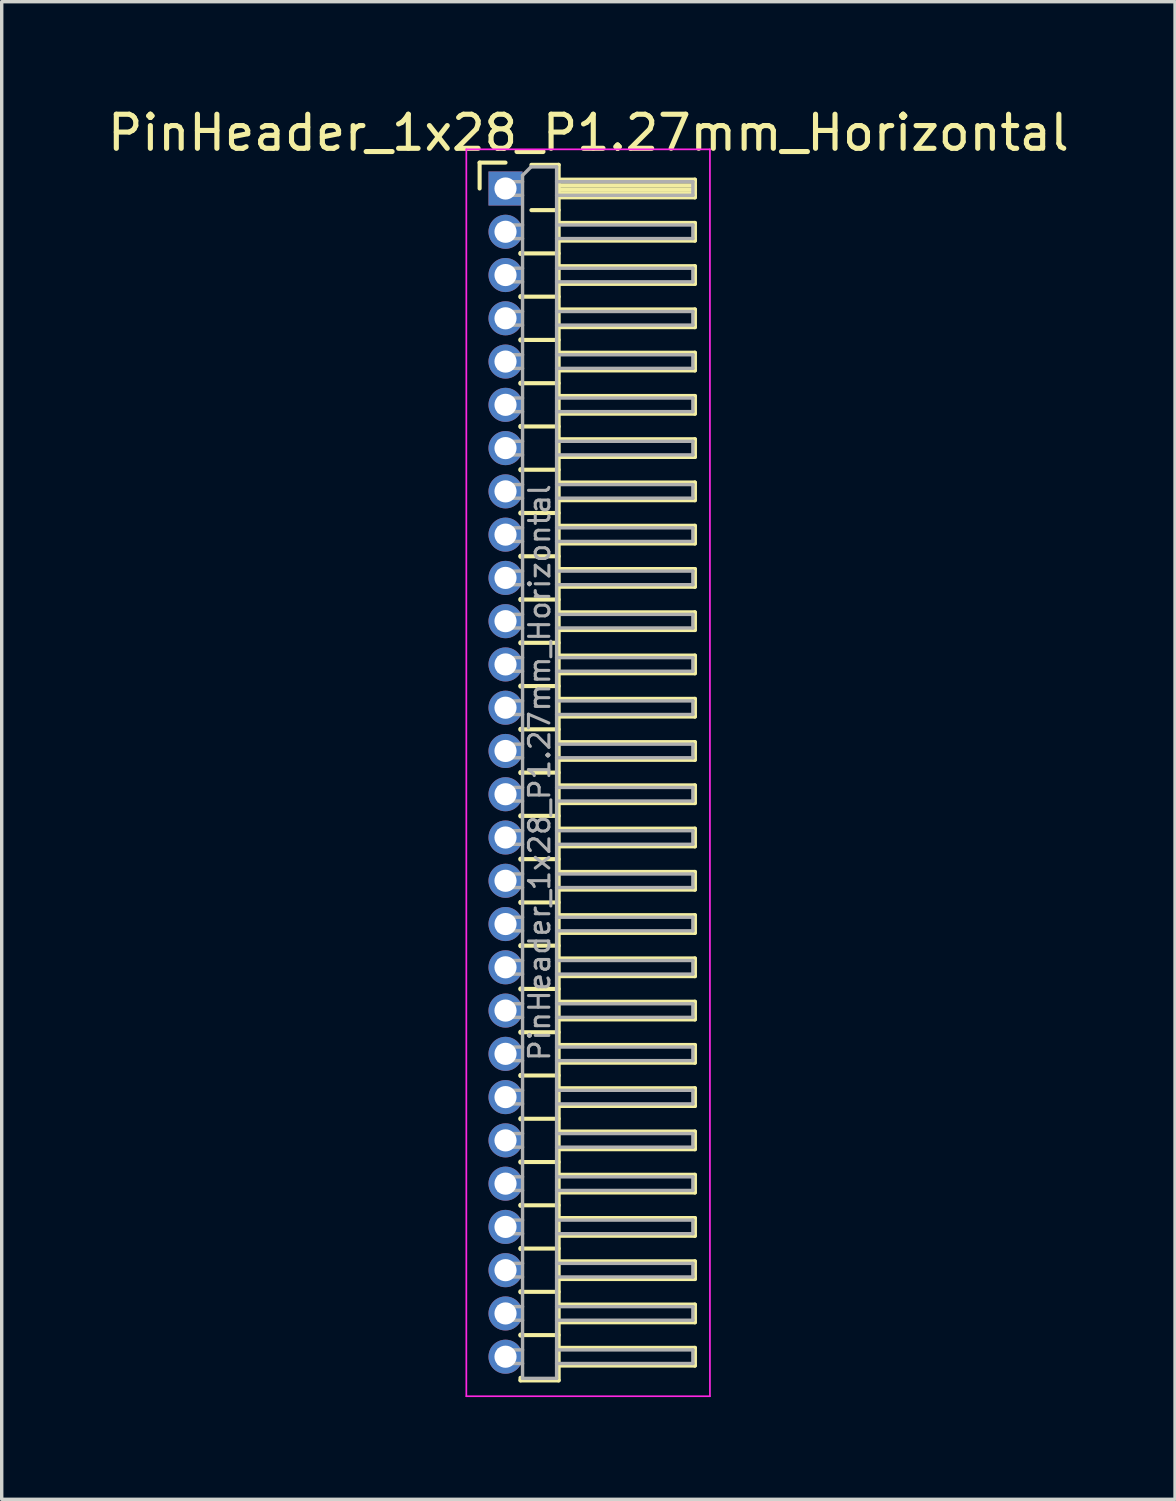
<source format=kicad_pcb>
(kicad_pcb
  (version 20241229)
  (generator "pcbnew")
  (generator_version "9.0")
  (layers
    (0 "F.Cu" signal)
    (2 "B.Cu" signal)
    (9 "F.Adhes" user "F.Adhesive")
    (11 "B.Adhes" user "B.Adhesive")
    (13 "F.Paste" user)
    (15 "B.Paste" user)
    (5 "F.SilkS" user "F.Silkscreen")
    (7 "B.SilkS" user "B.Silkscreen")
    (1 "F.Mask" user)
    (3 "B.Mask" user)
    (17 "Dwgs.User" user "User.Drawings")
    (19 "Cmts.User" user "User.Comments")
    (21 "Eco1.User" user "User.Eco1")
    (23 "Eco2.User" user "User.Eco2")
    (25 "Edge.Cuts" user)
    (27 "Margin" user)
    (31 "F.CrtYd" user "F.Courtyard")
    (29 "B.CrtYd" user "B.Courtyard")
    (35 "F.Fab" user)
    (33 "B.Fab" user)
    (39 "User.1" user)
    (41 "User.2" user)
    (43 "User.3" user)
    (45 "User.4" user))
  (footprint "PinHeader_1x28_P1.27mm_Horizontal"
    (layer "F.Cu")
    (at 11.788 2.483)
    (property "Reference" "PinHeader_1x28_P1.27mm_Horizontal" (at 2.433 -1.635 0) (layer "F.SilkS") (effects (font (size 1 1) (thickness 0.15))))
    (attr through_hole)
    (fp_line (start -0.76 -0.76) (end 0 -0.76) (stroke (width 0.12) (type solid)) (layer "F.SilkS"))
    (fp_line (start -0.76 0) (end -0.76 -0.76) (stroke (width 0.12) (type solid)) (layer "F.SilkS"))
    (fp_line (start 0.44 1.89) (end 0.44 1.92) (stroke (width 0.12) (type solid)) (layer "F.SilkS"))
    (fp_line (start 0.44 1.905) (end 1.56 1.905) (stroke (width 0.12) (type solid)) (layer "F.SilkS"))
    (fp_line (start 0.44 3.16) (end 0.44 3.19) (stroke (width 0.12) (type solid)) (layer "F.SilkS"))
    (fp_line (start 0.44 3.175) (end 1.56 3.175) (stroke (width 0.12) (type solid)) (layer "F.SilkS"))
    (fp_line (start 0.44 4.43) (end 0.44 4.46) (stroke (width 0.12) (type solid)) (layer "F.SilkS"))
    (fp_line (start 0.44 4.445) (end 1.56 4.445) (stroke (width 0.12) (type solid)) (layer "F.SilkS"))
    (fp_line (start 0.44 5.7) (end 0.44 5.73) (stroke (width 0.12) (type solid)) (layer "F.SilkS"))
    (fp_line (start 0.44 5.715) (end 1.56 5.715) (stroke (width 0.12) (type solid)) (layer "F.SilkS"))
    (fp_line (start 0.44 6.97) (end 0.44 7) (stroke (width 0.12) (type solid)) (layer "F.SilkS"))
    (fp_line (start 0.44 6.985) (end 1.56 6.985) (stroke (width 0.12) (type solid)) (layer "F.SilkS"))
    (fp_line (start 0.44 8.24) (end 0.44 8.27) (stroke (width 0.12) (type solid)) (layer "F.SilkS"))
    (fp_line (start 0.44 8.255) (end 1.56 8.255) (stroke (width 0.12) (type solid)) (layer "F.SilkS"))
    (fp_line (start 0.44 9.51) (end 0.44 9.54) (stroke (width 0.12) (type solid)) (layer "F.SilkS"))
    (fp_line (start 0.44 9.525) (end 1.56 9.525) (stroke (width 0.12) (type solid)) (layer "F.SilkS"))
    (fp_line (start 0.44 10.78) (end 0.44 10.81) (stroke (width 0.12) (type solid)) (layer "F.SilkS"))
    (fp_line (start 0.44 10.795) (end 1.56 10.795) (stroke (width 0.12) (type solid)) (layer "F.SilkS"))
    (fp_line (start 0.44 12.05) (end 0.44 12.08) (stroke (width 0.12) (type solid)) (layer "F.SilkS"))
    (fp_line (start 0.44 12.065) (end 1.56 12.065) (stroke (width 0.12) (type solid)) (layer "F.SilkS"))
    (fp_line (start 0.44 13.32) (end 0.44 13.35) (stroke (width 0.12) (type solid)) (layer "F.SilkS"))
    (fp_line (start 0.44 13.335) (end 1.56 13.335) (stroke (width 0.12) (type solid)) (layer "F.SilkS"))
    (fp_line (start 0.44 14.59) (end 0.44 14.62) (stroke (width 0.12) (type solid)) (layer "F.SilkS"))
    (fp_line (start 0.44 14.605) (end 1.56 14.605) (stroke (width 0.12) (type solid)) (layer "F.SilkS"))
    (fp_line (start 0.44 15.86) (end 0.44 15.89) (stroke (width 0.12) (type solid)) (layer "F.SilkS"))
    (fp_line (start 0.44 15.875) (end 1.56 15.875) (stroke (width 0.12) (type solid)) (layer "F.SilkS"))
    (fp_line (start 0.44 17.13) (end 0.44 17.16) (stroke (width 0.12) (type solid)) (layer "F.SilkS"))
    (fp_line (start 0.44 17.145) (end 1.56 17.145) (stroke (width 0.12) (type solid)) (layer "F.SilkS"))
    (fp_line (start 0.44 18.4) (end 0.44 18.43) (stroke (width 0.12) (type solid)) (layer "F.SilkS"))
    (fp_line (start 0.44 18.415) (end 1.56 18.415) (stroke (width 0.12) (type solid)) (layer "F.SilkS"))
    (fp_line (start 0.44 19.67) (end 0.44 19.7) (stroke (width 0.12) (type solid)) (layer "F.SilkS"))
    (fp_line (start 0.44 19.685) (end 1.56 19.685) (stroke (width 0.12) (type solid)) (layer "F.SilkS"))
    (fp_line (start 0.44 20.94) (end 0.44 20.97) (stroke (width 0.12) (type solid)) (layer "F.SilkS"))
    (fp_line (start 0.44 20.955) (end 1.56 20.955) (stroke (width 0.12) (type solid)) (layer "F.SilkS"))
    (fp_line (start 0.44 22.21) (end 0.44 22.24) (stroke (width 0.12) (type solid)) (layer "F.SilkS"))
    (fp_line (start 0.44 22.225) (end 1.56 22.225) (stroke (width 0.12) (type solid)) (layer "F.SilkS"))
    (fp_line (start 0.44 23.48) (end 0.44 23.51) (stroke (width 0.12) (type solid)) (layer "F.SilkS"))
    (fp_line (start 0.44 23.495) (end 1.56 23.495) (stroke (width 0.12) (type solid)) (layer "F.SilkS"))
    (fp_line (start 0.44 24.75) (end 0.44 24.78) (stroke (width 0.12) (type solid)) (layer "F.SilkS"))
    (fp_line (start 0.44 24.765) (end 1.56 24.765) (stroke (width 0.12) (type solid)) (layer "F.SilkS"))
    (fp_line (start 0.44 26.02) (end 0.44 26.05) (stroke (width 0.12) (type solid)) (layer "F.SilkS"))
    (fp_line (start 0.44 26.035) (end 1.56 26.035) (stroke (width 0.12) (type solid)) (layer "F.SilkS"))
    (fp_line (start 0.44 27.29) (end 0.44 27.32) (stroke (width 0.12) (type solid)) (layer "F.SilkS"))
    (fp_line (start 0.44 27.305) (end 1.56 27.305) (stroke (width 0.12) (type solid)) (layer "F.SilkS"))
    (fp_line (start 0.44 28.56) (end 0.44 28.59) (stroke (width 0.12) (type solid)) (layer "F.SilkS"))
    (fp_line (start 0.44 28.575) (end 1.56 28.575) (stroke (width 0.12) (type solid)) (layer "F.SilkS"))
    (fp_line (start 0.44 29.83) (end 0.44 29.86) (stroke (width 0.12) (type solid)) (layer "F.SilkS"))
    (fp_line (start 0.44 29.845) (end 1.56 29.845) (stroke (width 0.12) (type solid)) (layer "F.SilkS"))
    (fp_line (start 0.44 31.1) (end 0.44 31.13) (stroke (width 0.12) (type solid)) (layer "F.SilkS"))
    (fp_line (start 0.44 31.115) (end 1.56 31.115) (stroke (width 0.12) (type solid)) (layer "F.SilkS"))
    (fp_line (start 0.44 32.37) (end 0.44 32.4) (stroke (width 0.12) (type solid)) (layer "F.SilkS"))
    (fp_line (start 0.44 32.385) (end 1.56 32.385) (stroke (width 0.12) (type solid)) (layer "F.SilkS"))
    (fp_line (start 0.44 33.64) (end 0.44 33.67) (stroke (width 0.12) (type solid)) (layer "F.SilkS"))
    (fp_line (start 0.44 33.655) (end 1.56 33.655) (stroke (width 0.12) (type solid)) (layer "F.SilkS"))
    (fp_line (start 0.44 34.985) (end 0.44 34.91) (stroke (width 0.12) (type solid)) (layer "F.SilkS"))
    (fp_line (start 0.76 -0.695) (end 1.56 -0.695) (stroke (width 0.12) (type solid)) (layer "F.SilkS"))
    (fp_line (start 0.76 0.635) (end 1.56 0.635) (stroke (width 0.12) (type solid)) (layer "F.SilkS"))
    (fp_line (start 1.56 -0.695) (end 1.56 34.985) (stroke (width 0.12) (type solid)) (layer "F.SilkS"))
    (fp_line (start 1.56 -0.26) (end 5.56 -0.26) (stroke (width 0.12) (type solid)) (layer "F.SilkS"))
    (fp_line (start 1.56 -0.2) (end 5.56 -0.2) (stroke (width 0.12) (type solid)) (layer "F.SilkS"))
    (fp_line (start 1.56 -0.08) (end 5.56 -0.08) (stroke (width 0.12) (type solid)) (layer "F.SilkS"))
    (fp_line (start 1.56 0.04) (end 5.56 0.04) (stroke (width 0.12) (type solid)) (layer "F.SilkS"))
    (fp_line (start 1.56 0.16) (end 5.56 0.16) (stroke (width 0.12) (type solid)) (layer "F.SilkS"))
    (fp_line (start 1.56 1.01) (end 5.56 1.01) (stroke (width 0.12) (type solid)) (layer "F.SilkS"))
    (fp_line (start 1.56 2.28) (end 5.56 2.28) (stroke (width 0.12) (type solid)) (layer "F.SilkS"))
    (fp_line (start 1.56 3.55) (end 5.56 3.55) (stroke (width 0.12) (type solid)) (layer "F.SilkS"))
    (fp_line (start 1.56 4.82) (end 5.56 4.82) (stroke (width 0.12) (type solid)) (layer "F.SilkS"))
    (fp_line (start 1.56 6.09) (end 5.56 6.09) (stroke (width 0.12) (type solid)) (layer "F.SilkS"))
    (fp_line (start 1.56 7.36) (end 5.56 7.36) (stroke (width 0.12) (type solid)) (layer "F.SilkS"))
    (fp_line (start 1.56 8.63) (end 5.56 8.63) (stroke (width 0.12) (type solid)) (layer "F.SilkS"))
    (fp_line (start 1.56 9.9) (end 5.56 9.9) (stroke (width 0.12) (type solid)) (layer "F.SilkS"))
    (fp_line (start 1.56 11.17) (end 5.56 11.17) (stroke (width 0.12) (type solid)) (layer "F.SilkS"))
    (fp_line (start 1.56 12.44) (end 5.56 12.44) (stroke (width 0.12) (type solid)) (layer "F.SilkS"))
    (fp_line (start 1.56 13.71) (end 5.56 13.71) (stroke (width 0.12) (type solid)) (layer "F.SilkS"))
    (fp_line (start 1.56 14.98) (end 5.56 14.98) (stroke (width 0.12) (type solid)) (layer "F.SilkS"))
    (fp_line (start 1.56 16.25) (end 5.56 16.25) (stroke (width 0.12) (type solid)) (layer "F.SilkS"))
    (fp_line (start 1.56 17.52) (end 5.56 17.52) (stroke (width 0.12) (type solid)) (layer "F.SilkS"))
    (fp_line (start 1.56 18.79) (end 5.56 18.79) (stroke (width 0.12) (type solid)) (layer "F.SilkS"))
    (fp_line (start 1.56 20.06) (end 5.56 20.06) (stroke (width 0.12) (type solid)) (layer "F.SilkS"))
    (fp_line (start 1.56 21.33) (end 5.56 21.33) (stroke (width 0.12) (type solid)) (layer "F.SilkS"))
    (fp_line (start 1.56 22.6) (end 5.56 22.6) (stroke (width 0.12) (type solid)) (layer "F.SilkS"))
    (fp_line (start 1.56 23.87) (end 5.56 23.87) (stroke (width 0.12) (type solid)) (layer "F.SilkS"))
    (fp_line (start 1.56 25.14) (end 5.56 25.14) (stroke (width 0.12) (type solid)) (layer "F.SilkS"))
    (fp_line (start 1.56 26.41) (end 5.56 26.41) (stroke (width 0.12) (type solid)) (layer "F.SilkS"))
    (fp_line (start 1.56 27.68) (end 5.56 27.68) (stroke (width 0.12) (type solid)) (layer "F.SilkS"))
    (fp_line (start 1.56 28.95) (end 5.56 28.95) (stroke (width 0.12) (type solid)) (layer "F.SilkS"))
    (fp_line (start 1.56 30.22) (end 5.56 30.22) (stroke (width 0.12) (type solid)) (layer "F.SilkS"))
    (fp_line (start 1.56 31.49) (end 5.56 31.49) (stroke (width 0.12) (type solid)) (layer "F.SilkS"))
    (fp_line (start 1.56 32.76) (end 5.56 32.76) (stroke (width 0.12) (type solid)) (layer "F.SilkS"))
    (fp_line (start 1.56 34.03) (end 5.56 34.03) (stroke (width 0.12) (type solid)) (layer "F.SilkS"))
    (fp_line (start 1.56 34.985) (end 0.44 34.985) (stroke (width 0.12) (type solid)) (layer "F.SilkS"))
    (fp_line (start 5.56 -0.26) (end 5.56 0.26) (stroke (width 0.12) (type solid)) (layer "F.SilkS"))
    (fp_line (start 5.56 0.26) (end 1.56 0.26) (stroke (width 0.12) (type solid)) (layer "F.SilkS"))
    (fp_line (start 5.56 1.01) (end 5.56 1.53) (stroke (width 0.12) (type solid)) (layer "F.SilkS"))
    (fp_line (start 5.56 1.53) (end 1.56 1.53) (stroke (width 0.12) (type solid)) (layer "F.SilkS"))
    (fp_line (start 5.56 2.28) (end 5.56 2.8) (stroke (width 0.12) (type solid)) (layer "F.SilkS"))
    (fp_line (start 5.56 2.8) (end 1.56 2.8) (stroke (width 0.12) (type solid)) (layer "F.SilkS"))
    (fp_line (start 5.56 3.55) (end 5.56 4.07) (stroke (width 0.12) (type solid)) (layer "F.SilkS"))
    (fp_line (start 5.56 4.07) (end 1.56 4.07) (stroke (width 0.12) (type solid)) (layer "F.SilkS"))
    (fp_line (start 5.56 4.82) (end 5.56 5.34) (stroke (width 0.12) (type solid)) (layer "F.SilkS"))
    (fp_line (start 5.56 5.34) (end 1.56 5.34) (stroke (width 0.12) (type solid)) (layer "F.SilkS"))
    (fp_line (start 5.56 6.09) (end 5.56 6.61) (stroke (width 0.12) (type solid)) (layer "F.SilkS"))
    (fp_line (start 5.56 6.61) (end 1.56 6.61) (stroke (width 0.12) (type solid)) (layer "F.SilkS"))
    (fp_line (start 5.56 7.36) (end 5.56 7.88) (stroke (width 0.12) (type solid)) (layer "F.SilkS"))
    (fp_line (start 5.56 7.88) (end 1.56 7.88) (stroke (width 0.12) (type solid)) (layer "F.SilkS"))
    (fp_line (start 5.56 8.63) (end 5.56 9.15) (stroke (width 0.12) (type solid)) (layer "F.SilkS"))
    (fp_line (start 5.56 9.15) (end 1.56 9.15) (stroke (width 0.12) (type solid)) (layer "F.SilkS"))
    (fp_line (start 5.56 9.9) (end 5.56 10.42) (stroke (width 0.12) (type solid)) (layer "F.SilkS"))
    (fp_line (start 5.56 10.42) (end 1.56 10.42) (stroke (width 0.12) (type solid)) (layer "F.SilkS"))
    (fp_line (start 5.56 11.17) (end 5.56 11.69) (stroke (width 0.12) (type solid)) (layer "F.SilkS"))
    (fp_line (start 5.56 11.69) (end 1.56 11.69) (stroke (width 0.12) (type solid)) (layer "F.SilkS"))
    (fp_line (start 5.56 12.44) (end 5.56 12.96) (stroke (width 0.12) (type solid)) (layer "F.SilkS"))
    (fp_line (start 5.56 12.96) (end 1.56 12.96) (stroke (width 0.12) (type solid)) (layer "F.SilkS"))
    (fp_line (start 5.56 13.71) (end 5.56 14.23) (stroke (width 0.12) (type solid)) (layer "F.SilkS"))
    (fp_line (start 5.56 14.23) (end 1.56 14.23) (stroke (width 0.12) (type solid)) (layer "F.SilkS"))
    (fp_line (start 5.56 14.98) (end 5.56 15.5) (stroke (width 0.12) (type solid)) (layer "F.SilkS"))
    (fp_line (start 5.56 15.5) (end 1.56 15.5) (stroke (width 0.12) (type solid)) (layer "F.SilkS"))
    (fp_line (start 5.56 16.25) (end 5.56 16.77) (stroke (width 0.12) (type solid)) (layer "F.SilkS"))
    (fp_line (start 5.56 16.77) (end 1.56 16.77) (stroke (width 0.12) (type solid)) (layer "F.SilkS"))
    (fp_line (start 5.56 17.52) (end 5.56 18.04) (stroke (width 0.12) (type solid)) (layer "F.SilkS"))
    (fp_line (start 5.56 18.04) (end 1.56 18.04) (stroke (width 0.12) (type solid)) (layer "F.SilkS"))
    (fp_line (start 5.56 18.79) (end 5.56 19.31) (stroke (width 0.12) (type solid)) (layer "F.SilkS"))
    (fp_line (start 5.56 19.31) (end 1.56 19.31) (stroke (width 0.12) (type solid)) (layer "F.SilkS"))
    (fp_line (start 5.56 20.06) (end 5.56 20.58) (stroke (width 0.12) (type solid)) (layer "F.SilkS"))
    (fp_line (start 5.56 20.58) (end 1.56 20.58) (stroke (width 0.12) (type solid)) (layer "F.SilkS"))
    (fp_line (start 5.56 21.33) (end 5.56 21.85) (stroke (width 0.12) (type solid)) (layer "F.SilkS"))
    (fp_line (start 5.56 21.85) (end 1.56 21.85) (stroke (width 0.12) (type solid)) (layer "F.SilkS"))
    (fp_line (start 5.56 22.6) (end 5.56 23.12) (stroke (width 0.12) (type solid)) (layer "F.SilkS"))
    (fp_line (start 5.56 23.12) (end 1.56 23.12) (stroke (width 0.12) (type solid)) (layer "F.SilkS"))
    (fp_line (start 5.56 23.87) (end 5.56 24.39) (stroke (width 0.12) (type solid)) (layer "F.SilkS"))
    (fp_line (start 5.56 24.39) (end 1.56 24.39) (stroke (width 0.12) (type solid)) (layer "F.SilkS"))
    (fp_line (start 5.56 25.14) (end 5.56 25.66) (stroke (width 0.12) (type solid)) (layer "F.SilkS"))
    (fp_line (start 5.56 25.66) (end 1.56 25.66) (stroke (width 0.12) (type solid)) (layer "F.SilkS"))
    (fp_line (start 5.56 26.41) (end 5.56 26.93) (stroke (width 0.12) (type solid)) (layer "F.SilkS"))
    (fp_line (start 5.56 26.93) (end 1.56 26.93) (stroke (width 0.12) (type solid)) (layer "F.SilkS"))
    (fp_line (start 5.56 27.68) (end 5.56 28.2) (stroke (width 0.12) (type solid)) (layer "F.SilkS"))
    (fp_line (start 5.56 28.2) (end 1.56 28.2) (stroke (width 0.12) (type solid)) (layer "F.SilkS"))
    (fp_line (start 5.56 28.95) (end 5.56 29.47) (stroke (width 0.12) (type solid)) (layer "F.SilkS"))
    (fp_line (start 5.56 29.47) (end 1.56 29.47) (stroke (width 0.12) (type solid)) (layer "F.SilkS"))
    (fp_line (start 5.56 30.22) (end 5.56 30.74) (stroke (width 0.12) (type solid)) (layer "F.SilkS"))
    (fp_line (start 5.56 30.74) (end 1.56 30.74) (stroke (width 0.12) (type solid)) (layer "F.SilkS"))
    (fp_line (start 5.56 31.49) (end 5.56 32.01) (stroke (width 0.12) (type solid)) (layer "F.SilkS"))
    (fp_line (start 5.56 32.01) (end 1.56 32.01) (stroke (width 0.12) (type solid)) (layer "F.SilkS"))
    (fp_line (start 5.56 32.76) (end 5.56 33.28) (stroke (width 0.12) (type solid)) (layer "F.SilkS"))
    (fp_line (start 5.56 33.28) (end 1.56 33.28) (stroke (width 0.12) (type solid)) (layer "F.SilkS"))
    (fp_line (start 5.56 34.03) (end 5.56 34.55) (stroke (width 0.12) (type solid)) (layer "F.SilkS"))
    (fp_line (start 5.56 34.55) (end 1.56 34.55) (stroke (width 0.12) (type solid)) (layer "F.SilkS"))
    (fp_line (start -1.15 -1.15) (end -1.15 35.45) (stroke (width 0.05) (type solid)) (layer "F.CrtYd"))
    (fp_line (start -1.15 35.45) (end 6 35.45) (stroke (width 0.05) (type solid)) (layer "F.CrtYd"))
    (fp_line (start 6 -1.15) (end -1.15 -1.15) (stroke (width 0.05) (type solid)) (layer "F.CrtYd"))
    (fp_line (start 6 35.45) (end 6 -1.15) (stroke (width 0.05) (type solid)) (layer "F.CrtYd"))
    (fp_line (start -0.2 -0.2) (end -0.2 0.2) (stroke (width 0.1) (type solid)) (layer "F.Fab"))
    (fp_line (start -0.2 -0.2) (end 0.5 -0.2) (stroke (width 0.1) (type solid)) (layer "F.Fab"))
    (fp_line (start -0.2 0.2) (end 0.5 0.2) (stroke (width 0.1) (type solid)) (layer "F.Fab"))
    (fp_line (start -0.2 1.07) (end -0.2 1.47) (stroke (width 0.1) (type solid)) (layer "F.Fab"))
    (fp_line (start -0.2 1.07) (end 0.5 1.07) (stroke (width 0.1) (type solid)) (layer "F.Fab"))
    (fp_line (start -0.2 1.47) (end 0.5 1.47) (stroke (width 0.1) (type solid)) (layer "F.Fab"))
    (fp_line (start -0.2 2.34) (end -0.2 2.74) (stroke (width 0.1) (type solid)) (layer "F.Fab"))
    (fp_line (start -0.2 2.34) (end 0.5 2.34) (stroke (width 0.1) (type solid)) (layer "F.Fab"))
    (fp_line (start -0.2 2.74) (end 0.5 2.74) (stroke (width 0.1) (type solid)) (layer "F.Fab"))
    (fp_line (start -0.2 3.61) (end -0.2 4.01) (stroke (width 0.1) (type solid)) (layer "F.Fab"))
    (fp_line (start -0.2 3.61) (end 0.5 3.61) (stroke (width 0.1) (type solid)) (layer "F.Fab"))
    (fp_line (start -0.2 4.01) (end 0.5 4.01) (stroke (width 0.1) (type solid)) (layer "F.Fab"))
    (fp_line (start -0.2 4.88) (end -0.2 5.28) (stroke (width 0.1) (type solid)) (layer "F.Fab"))
    (fp_line (start -0.2 4.88) (end 0.5 4.88) (stroke (width 0.1) (type solid)) (layer "F.Fab"))
    (fp_line (start -0.2 5.28) (end 0.5 5.28) (stroke (width 0.1) (type solid)) (layer "F.Fab"))
    (fp_line (start -0.2 6.15) (end -0.2 6.55) (stroke (width 0.1) (type solid)) (layer "F.Fab"))
    (fp_line (start -0.2 6.15) (end 0.5 6.15) (stroke (width 0.1) (type solid)) (layer "F.Fab"))
    (fp_line (start -0.2 6.55) (end 0.5 6.55) (stroke (width 0.1) (type solid)) (layer "F.Fab"))
    (fp_line (start -0.2 7.42) (end -0.2 7.82) (stroke (width 0.1) (type solid)) (layer "F.Fab"))
    (fp_line (start -0.2 7.42) (end 0.5 7.42) (stroke (width 0.1) (type solid)) (layer "F.Fab"))
    (fp_line (start -0.2 7.82) (end 0.5 7.82) (stroke (width 0.1) (type solid)) (layer "F.Fab"))
    (fp_line (start -0.2 8.69) (end -0.2 9.09) (stroke (width 0.1) (type solid)) (layer "F.Fab"))
    (fp_line (start -0.2 8.69) (end 0.5 8.69) (stroke (width 0.1) (type solid)) (layer "F.Fab"))
    (fp_line (start -0.2 9.09) (end 0.5 9.09) (stroke (width 0.1) (type solid)) (layer "F.Fab"))
    (fp_line (start -0.2 9.96) (end -0.2 10.36) (stroke (width 0.1) (type solid)) (layer "F.Fab"))
    (fp_line (start -0.2 9.96) (end 0.5 9.96) (stroke (width 0.1) (type solid)) (layer "F.Fab"))
    (fp_line (start -0.2 10.36) (end 0.5 10.36) (stroke (width 0.1) (type solid)) (layer "F.Fab"))
    (fp_line (start -0.2 11.23) (end -0.2 11.63) (stroke (width 0.1) (type solid)) (layer "F.Fab"))
    (fp_line (start -0.2 11.23) (end 0.5 11.23) (stroke (width 0.1) (type solid)) (layer "F.Fab"))
    (fp_line (start -0.2 11.63) (end 0.5 11.63) (stroke (width 0.1) (type solid)) (layer "F.Fab"))
    (fp_line (start -0.2 12.5) (end -0.2 12.9) (stroke (width 0.1) (type solid)) (layer "F.Fab"))
    (fp_line (start -0.2 12.5) (end 0.5 12.5) (stroke (width 0.1) (type solid)) (layer "F.Fab"))
    (fp_line (start -0.2 12.9) (end 0.5 12.9) (stroke (width 0.1) (type solid)) (layer "F.Fab"))
    (fp_line (start -0.2 13.77) (end -0.2 14.17) (stroke (width 0.1) (type solid)) (layer "F.Fab"))
    (fp_line (start -0.2 13.77) (end 0.5 13.77) (stroke (width 0.1) (type solid)) (layer "F.Fab"))
    (fp_line (start -0.2 14.17) (end 0.5 14.17) (stroke (width 0.1) (type solid)) (layer "F.Fab"))
    (fp_line (start -0.2 15.04) (end -0.2 15.44) (stroke (width 0.1) (type solid)) (layer "F.Fab"))
    (fp_line (start -0.2 15.04) (end 0.5 15.04) (stroke (width 0.1) (type solid)) (layer "F.Fab"))
    (fp_line (start -0.2 15.44) (end 0.5 15.44) (stroke (width 0.1) (type solid)) (layer "F.Fab"))
    (fp_line (start -0.2 16.31) (end -0.2 16.71) (stroke (width 0.1) (type solid)) (layer "F.Fab"))
    (fp_line (start -0.2 16.31) (end 0.5 16.31) (stroke (width 0.1) (type solid)) (layer "F.Fab"))
    (fp_line (start -0.2 16.71) (end 0.5 16.71) (stroke (width 0.1) (type solid)) (layer "F.Fab"))
    (fp_line (start -0.2 17.58) (end -0.2 17.98) (stroke (width 0.1) (type solid)) (layer "F.Fab"))
    (fp_line (start -0.2 17.58) (end 0.5 17.58) (stroke (width 0.1) (type solid)) (layer "F.Fab"))
    (fp_line (start -0.2 17.98) (end 0.5 17.98) (stroke (width 0.1) (type solid)) (layer "F.Fab"))
    (fp_line (start -0.2 18.85) (end -0.2 19.25) (stroke (width 0.1) (type solid)) (layer "F.Fab"))
    (fp_line (start -0.2 18.85) (end 0.5 18.85) (stroke (width 0.1) (type solid)) (layer "F.Fab"))
    (fp_line (start -0.2 19.25) (end 0.5 19.25) (stroke (width 0.1) (type solid)) (layer "F.Fab"))
    (fp_line (start -0.2 20.12) (end -0.2 20.52) (stroke (width 0.1) (type solid)) (layer "F.Fab"))
    (fp_line (start -0.2 20.12) (end 0.5 20.12) (stroke (width 0.1) (type solid)) (layer "F.Fab"))
    (fp_line (start -0.2 20.52) (end 0.5 20.52) (stroke (width 0.1) (type solid)) (layer "F.Fab"))
    (fp_line (start -0.2 21.39) (end -0.2 21.79) (stroke (width 0.1) (type solid)) (layer "F.Fab"))
    (fp_line (start -0.2 21.39) (end 0.5 21.39) (stroke (width 0.1) (type solid)) (layer "F.Fab"))
    (fp_line (start -0.2 21.79) (end 0.5 21.79) (stroke (width 0.1) (type solid)) (layer "F.Fab"))
    (fp_line (start -0.2 22.66) (end -0.2 23.06) (stroke (width 0.1) (type solid)) (layer "F.Fab"))
    (fp_line (start -0.2 22.66) (end 0.5 22.66) (stroke (width 0.1) (type solid)) (layer "F.Fab"))
    (fp_line (start -0.2 23.06) (end 0.5 23.06) (stroke (width 0.1) (type solid)) (layer "F.Fab"))
    (fp_line (start -0.2 23.93) (end -0.2 24.33) (stroke (width 0.1) (type solid)) (layer "F.Fab"))
    (fp_line (start -0.2 23.93) (end 0.5 23.93) (stroke (width 0.1) (type solid)) (layer "F.Fab"))
    (fp_line (start -0.2 24.33) (end 0.5 24.33) (stroke (width 0.1) (type solid)) (layer "F.Fab"))
    (fp_line (start -0.2 25.2) (end -0.2 25.6) (stroke (width 0.1) (type solid)) (layer "F.Fab"))
    (fp_line (start -0.2 25.2) (end 0.5 25.2) (stroke (width 0.1) (type solid)) (layer "F.Fab"))
    (fp_line (start -0.2 25.6) (end 0.5 25.6) (stroke (width 0.1) (type solid)) (layer "F.Fab"))
    (fp_line (start -0.2 26.47) (end -0.2 26.87) (stroke (width 0.1) (type solid)) (layer "F.Fab"))
    (fp_line (start -0.2 26.47) (end 0.5 26.47) (stroke (width 0.1) (type solid)) (layer "F.Fab"))
    (fp_line (start -0.2 26.87) (end 0.5 26.87) (stroke (width 0.1) (type solid)) (layer "F.Fab"))
    (fp_line (start -0.2 27.74) (end -0.2 28.14) (stroke (width 0.1) (type solid)) (layer "F.Fab"))
    (fp_line (start -0.2 27.74) (end 0.5 27.74) (stroke (width 0.1) (type solid)) (layer "F.Fab"))
    (fp_line (start -0.2 28.14) (end 0.5 28.14) (stroke (width 0.1) (type solid)) (layer "F.Fab"))
    (fp_line (start -0.2 29.01) (end -0.2 29.41) (stroke (width 0.1) (type solid)) (layer "F.Fab"))
    (fp_line (start -0.2 29.01) (end 0.5 29.01) (stroke (width 0.1) (type solid)) (layer "F.Fab"))
    (fp_line (start -0.2 29.41) (end 0.5 29.41) (stroke (width 0.1) (type solid)) (layer "F.Fab"))
    (fp_line (start -0.2 30.28) (end -0.2 30.68) (stroke (width 0.1) (type solid)) (layer "F.Fab"))
    (fp_line (start -0.2 30.28) (end 0.5 30.28) (stroke (width 0.1) (type solid)) (layer "F.Fab"))
    (fp_line (start -0.2 30.68) (end 0.5 30.68) (stroke (width 0.1) (type solid)) (layer "F.Fab"))
    (fp_line (start -0.2 31.55) (end -0.2 31.95) (stroke (width 0.1) (type solid)) (layer "F.Fab"))
    (fp_line (start -0.2 31.55) (end 0.5 31.55) (stroke (width 0.1) (type solid)) (layer "F.Fab"))
    (fp_line (start -0.2 31.95) (end 0.5 31.95) (stroke (width 0.1) (type solid)) (layer "F.Fab"))
    (fp_line (start -0.2 32.82) (end -0.2 33.22) (stroke (width 0.1) (type solid)) (layer "F.Fab"))
    (fp_line (start -0.2 32.82) (end 0.5 32.82) (stroke (width 0.1) (type solid)) (layer "F.Fab"))
    (fp_line (start -0.2 33.22) (end 0.5 33.22) (stroke (width 0.1) (type solid)) (layer "F.Fab"))
    (fp_line (start -0.2 34.09) (end -0.2 34.49) (stroke (width 0.1) (type solid)) (layer "F.Fab"))
    (fp_line (start -0.2 34.09) (end 0.5 34.09) (stroke (width 0.1) (type solid)) (layer "F.Fab"))
    (fp_line (start -0.2 34.49) (end 0.5 34.49) (stroke (width 0.1) (type solid)) (layer "F.Fab"))
    (fp_line (start 0.5 -0.385) (end 0.75 -0.635) (stroke (width 0.1) (type solid)) (layer "F.Fab"))
    (fp_line (start 0.5 34.925) (end 0.5 -0.385) (stroke (width 0.1) (type solid)) (layer "F.Fab"))
    (fp_line (start 0.75 -0.635) (end 1.5 -0.635) (stroke (width 0.1) (type solid)) (layer "F.Fab"))
    (fp_line (start 1.5 -0.635) (end 1.5 34.925) (stroke (width 0.1) (type solid)) (layer "F.Fab"))
    (fp_line (start 1.5 -0.2) (end 5.5 -0.2) (stroke (width 0.1) (type solid)) (layer "F.Fab"))
    (fp_line (start 1.5 0.2) (end 5.5 0.2) (stroke (width 0.1) (type solid)) (layer "F.Fab"))
    (fp_line (start 1.5 1.07) (end 5.5 1.07) (stroke (width 0.1) (type solid)) (layer "F.Fab"))
    (fp_line (start 1.5 1.47) (end 5.5 1.47) (stroke (width 0.1) (type solid)) (layer "F.Fab"))
    (fp_line (start 1.5 2.34) (end 5.5 2.34) (stroke (width 0.1) (type solid)) (layer "F.Fab"))
    (fp_line (start 1.5 2.74) (end 5.5 2.74) (stroke (width 0.1) (type solid)) (layer "F.Fab"))
    (fp_line (start 1.5 3.61) (end 5.5 3.61) (stroke (width 0.1) (type solid)) (layer "F.Fab"))
    (fp_line (start 1.5 4.01) (end 5.5 4.01) (stroke (width 0.1) (type solid)) (layer "F.Fab"))
    (fp_line (start 1.5 4.88) (end 5.5 4.88) (stroke (width 0.1) (type solid)) (layer "F.Fab"))
    (fp_line (start 1.5 5.28) (end 5.5 5.28) (stroke (width 0.1) (type solid)) (layer "F.Fab"))
    (fp_line (start 1.5 6.15) (end 5.5 6.15) (stroke (width 0.1) (type solid)) (layer "F.Fab"))
    (fp_line (start 1.5 6.55) (end 5.5 6.55) (stroke (width 0.1) (type solid)) (layer "F.Fab"))
    (fp_line (start 1.5 7.42) (end 5.5 7.42) (stroke (width 0.1) (type solid)) (layer "F.Fab"))
    (fp_line (start 1.5 7.82) (end 5.5 7.82) (stroke (width 0.1) (type solid)) (layer "F.Fab"))
    (fp_line (start 1.5 8.69) (end 5.5 8.69) (stroke (width 0.1) (type solid)) (layer "F.Fab"))
    (fp_line (start 1.5 9.09) (end 5.5 9.09) (stroke (width 0.1) (type solid)) (layer "F.Fab"))
    (fp_line (start 1.5 9.96) (end 5.5 9.96) (stroke (width 0.1) (type solid)) (layer "F.Fab"))
    (fp_line (start 1.5 10.36) (end 5.5 10.36) (stroke (width 0.1) (type solid)) (layer "F.Fab"))
    (fp_line (start 1.5 11.23) (end 5.5 11.23) (stroke (width 0.1) (type solid)) (layer "F.Fab"))
    (fp_line (start 1.5 11.63) (end 5.5 11.63) (stroke (width 0.1) (type solid)) (layer "F.Fab"))
    (fp_line (start 1.5 12.5) (end 5.5 12.5) (stroke (width 0.1) (type solid)) (layer "F.Fab"))
    (fp_line (start 1.5 12.9) (end 5.5 12.9) (stroke (width 0.1) (type solid)) (layer "F.Fab"))
    (fp_line (start 1.5 13.77) (end 5.5 13.77) (stroke (width 0.1) (type solid)) (layer "F.Fab"))
    (fp_line (start 1.5 14.17) (end 5.5 14.17) (stroke (width 0.1) (type solid)) (layer "F.Fab"))
    (fp_line (start 1.5 15.04) (end 5.5 15.04) (stroke (width 0.1) (type solid)) (layer "F.Fab"))
    (fp_line (start 1.5 15.44) (end 5.5 15.44) (stroke (width 0.1) (type solid)) (layer "F.Fab"))
    (fp_line (start 1.5 16.31) (end 5.5 16.31) (stroke (width 0.1) (type solid)) (layer "F.Fab"))
    (fp_line (start 1.5 16.71) (end 5.5 16.71) (stroke (width 0.1) (type solid)) (layer "F.Fab"))
    (fp_line (start 1.5 17.58) (end 5.5 17.58) (stroke (width 0.1) (type solid)) (layer "F.Fab"))
    (fp_line (start 1.5 17.98) (end 5.5 17.98) (stroke (width 0.1) (type solid)) (layer "F.Fab"))
    (fp_line (start 1.5 18.85) (end 5.5 18.85) (stroke (width 0.1) (type solid)) (layer "F.Fab"))
    (fp_line (start 1.5 19.25) (end 5.5 19.25) (stroke (width 0.1) (type solid)) (layer "F.Fab"))
    (fp_line (start 1.5 20.12) (end 5.5 20.12) (stroke (width 0.1) (type solid)) (layer "F.Fab"))
    (fp_line (start 1.5 20.52) (end 5.5 20.52) (stroke (width 0.1) (type solid)) (layer "F.Fab"))
    (fp_line (start 1.5 21.39) (end 5.5 21.39) (stroke (width 0.1) (type solid)) (layer "F.Fab"))
    (fp_line (start 1.5 21.79) (end 5.5 21.79) (stroke (width 0.1) (type solid)) (layer "F.Fab"))
    (fp_line (start 1.5 22.66) (end 5.5 22.66) (stroke (width 0.1) (type solid)) (layer "F.Fab"))
    (fp_line (start 1.5 23.06) (end 5.5 23.06) (stroke (width 0.1) (type solid)) (layer "F.Fab"))
    (fp_line (start 1.5 23.93) (end 5.5 23.93) (stroke (width 0.1) (type solid)) (layer "F.Fab"))
    (fp_line (start 1.5 24.33) (end 5.5 24.33) (stroke (width 0.1) (type solid)) (layer "F.Fab"))
    (fp_line (start 1.5 25.2) (end 5.5 25.2) (stroke (width 0.1) (type solid)) (layer "F.Fab"))
    (fp_line (start 1.5 25.6) (end 5.5 25.6) (stroke (width 0.1) (type solid)) (layer "F.Fab"))
    (fp_line (start 1.5 26.47) (end 5.5 26.47) (stroke (width 0.1) (type solid)) (layer "F.Fab"))
    (fp_line (start 1.5 26.87) (end 5.5 26.87) (stroke (width 0.1) (type solid)) (layer "F.Fab"))
    (fp_line (start 1.5 27.74) (end 5.5 27.74) (stroke (width 0.1) (type solid)) (layer "F.Fab"))
    (fp_line (start 1.5 28.14) (end 5.5 28.14) (stroke (width 0.1) (type solid)) (layer "F.Fab"))
    (fp_line (start 1.5 29.01) (end 5.5 29.01) (stroke (width 0.1) (type solid)) (layer "F.Fab"))
    (fp_line (start 1.5 29.41) (end 5.5 29.41) (stroke (width 0.1) (type solid)) (layer "F.Fab"))
    (fp_line (start 1.5 30.28) (end 5.5 30.28) (stroke (width 0.1) (type solid)) (layer "F.Fab"))
    (fp_line (start 1.5 30.68) (end 5.5 30.68) (stroke (width 0.1) (type solid)) (layer "F.Fab"))
    (fp_line (start 1.5 31.55) (end 5.5 31.55) (stroke (width 0.1) (type solid)) (layer "F.Fab"))
    (fp_line (start 1.5 31.95) (end 5.5 31.95) (stroke (width 0.1) (type solid)) (layer "F.Fab"))
    (fp_line (start 1.5 32.82) (end 5.5 32.82) (stroke (width 0.1) (type solid)) (layer "F.Fab"))
    (fp_line (start 1.5 33.22) (end 5.5 33.22) (stroke (width 0.1) (type solid)) (layer "F.Fab"))
    (fp_line (start 1.5 34.09) (end 5.5 34.09) (stroke (width 0.1) (type solid)) (layer "F.Fab"))
    (fp_line (start 1.5 34.49) (end 5.5 34.49) (stroke (width 0.1) (type solid)) (layer "F.Fab"))
    (fp_line (start 1.5 34.925) (end 0.5 34.925) (stroke (width 0.1) (type solid)) (layer "F.Fab"))
    (fp_line (start 5.5 -0.2) (end 5.5 0.2) (stroke (width 0.1) (type solid)) (layer "F.Fab"))
    (fp_line (start 5.5 1.07) (end 5.5 1.47) (stroke (width 0.1) (type solid)) (layer "F.Fab"))
    (fp_line (start 5.5 2.34) (end 5.5 2.74) (stroke (width 0.1) (type solid)) (layer "F.Fab"))
    (fp_line (start 5.5 3.61) (end 5.5 4.01) (stroke (width 0.1) (type solid)) (layer "F.Fab"))
    (fp_line (start 5.5 4.88) (end 5.5 5.28) (stroke (width 0.1) (type solid)) (layer "F.Fab"))
    (fp_line (start 5.5 6.15) (end 5.5 6.55) (stroke (width 0.1) (type solid)) (layer "F.Fab"))
    (fp_line (start 5.5 7.42) (end 5.5 7.82) (stroke (width 0.1) (type solid)) (layer "F.Fab"))
    (fp_line (start 5.5 8.69) (end 5.5 9.09) (stroke (width 0.1) (type solid)) (layer "F.Fab"))
    (fp_line (start 5.5 9.96) (end 5.5 10.36) (stroke (width 0.1) (type solid)) (layer "F.Fab"))
    (fp_line (start 5.5 11.23) (end 5.5 11.63) (stroke (width 0.1) (type solid)) (layer "F.Fab"))
    (fp_line (start 5.5 12.5) (end 5.5 12.9) (stroke (width 0.1) (type solid)) (layer "F.Fab"))
    (fp_line (start 5.5 13.77) (end 5.5 14.17) (stroke (width 0.1) (type solid)) (layer "F.Fab"))
    (fp_line (start 5.5 15.04) (end 5.5 15.44) (stroke (width 0.1) (type solid)) (layer "F.Fab"))
    (fp_line (start 5.5 16.31) (end 5.5 16.71) (stroke (width 0.1) (type solid)) (layer "F.Fab"))
    (fp_line (start 5.5 17.58) (end 5.5 17.98) (stroke (width 0.1) (type solid)) (layer "F.Fab"))
    (fp_line (start 5.5 18.85) (end 5.5 19.25) (stroke (width 0.1) (type solid)) (layer "F.Fab"))
    (fp_line (start 5.5 20.12) (end 5.5 20.52) (stroke (width 0.1) (type solid)) (layer "F.Fab"))
    (fp_line (start 5.5 21.39) (end 5.5 21.79) (stroke (width 0.1) (type solid)) (layer "F.Fab"))
    (fp_line (start 5.5 22.66) (end 5.5 23.06) (stroke (width 0.1) (type solid)) (layer "F.Fab"))
    (fp_line (start 5.5 23.93) (end 5.5 24.33) (stroke (width 0.1) (type solid)) (layer "F.Fab"))
    (fp_line (start 5.5 25.2) (end 5.5 25.6) (stroke (width 0.1) (type solid)) (layer "F.Fab"))
    (fp_line (start 5.5 26.47) (end 5.5 26.87) (stroke (width 0.1) (type solid)) (layer "F.Fab"))
    (fp_line (start 5.5 27.74) (end 5.5 28.14) (stroke (width 0.1) (type solid)) (layer "F.Fab"))
    (fp_line (start 5.5 29.01) (end 5.5 29.41) (stroke (width 0.1) (type solid)) (layer "F.Fab"))
    (fp_line (start 5.5 30.28) (end 5.5 30.68) (stroke (width 0.1) (type solid)) (layer "F.Fab"))
    (fp_line (start 5.5 31.55) (end 5.5 31.95) (stroke (width 0.1) (type solid)) (layer "F.Fab"))
    (fp_line (start 5.5 32.82) (end 5.5 33.22) (stroke (width 0.1) (type solid)) (layer "F.Fab"))
    (fp_line (start 5.5 34.09) (end 5.5 34.49) (stroke (width 0.1) (type solid)) (layer "F.Fab"))
    (fp_text user "${REFERENCE}" (at 1 17.145 90) (layer "F.Fab") (effects (font (size 0.6 0.6) (thickness 0.09))))
    (pad "1" thru_hole rect (at 0 0) (size 1 1) (drill 0.65) (layers "*.Cu" "*.Mask"))
    (pad "2" thru_hole oval (at 0 1.27) (size 1 1) (drill 0.65) (layers "*.Cu" "*.Mask"))
    (pad "3" thru_hole oval (at 0 2.54) (size 1 1) (drill 0.65) (layers "*.Cu" "*.Mask"))
    (pad "4" thru_hole oval (at 0 3.81) (size 1 1) (drill 0.65) (layers "*.Cu" "*.Mask"))
    (pad "5" thru_hole oval (at 0 5.08) (size 1 1) (drill 0.65) (layers "*.Cu" "*.Mask"))
    (pad "6" thru_hole oval (at 0 6.35) (size 1 1) (drill 0.65) (layers "*.Cu" "*.Mask"))
    (pad "7" thru_hole oval (at 0 7.62) (size 1 1) (drill 0.65) (layers "*.Cu" "*.Mask"))
    (pad "8" thru_hole oval (at 0 8.89) (size 1 1) (drill 0.65) (layers "*.Cu" "*.Mask"))
    (pad "9" thru_hole oval (at 0 10.16) (size 1 1) (drill 0.65) (layers "*.Cu" "*.Mask"))
    (pad "10" thru_hole oval (at 0 11.43) (size 1 1) (drill 0.65) (layers "*.Cu" "*.Mask"))
    (pad "11" thru_hole oval (at 0 12.7) (size 1 1) (drill 0.65) (layers "*.Cu" "*.Mask"))
    (pad "12" thru_hole oval (at 0 13.97) (size 1 1) (drill 0.65) (layers "*.Cu" "*.Mask"))
    (pad "13" thru_hole oval (at 0 15.24) (size 1 1) (drill 0.65) (layers "*.Cu" "*.Mask"))
    (pad "14" thru_hole oval (at 0 16.51) (size 1 1) (drill 0.65) (layers "*.Cu" "*.Mask"))
    (pad "15" thru_hole oval (at 0 17.78) (size 1 1) (drill 0.65) (layers "*.Cu" "*.Mask"))
    (pad "16" thru_hole oval (at 0 19.05) (size 1 1) (drill 0.65) (layers "*.Cu" "*.Mask"))
    (pad "17" thru_hole oval (at 0 20.32) (size 1 1) (drill 0.65) (layers "*.Cu" "*.Mask"))
    (pad "18" thru_hole oval (at 0 21.59) (size 1 1) (drill 0.65) (layers "*.Cu" "*.Mask"))
    (pad "19" thru_hole oval (at 0 22.86) (size 1 1) (drill 0.65) (layers "*.Cu" "*.Mask"))
    (pad "20" thru_hole oval (at 0 24.13) (size 1 1) (drill 0.65) (layers "*.Cu" "*.Mask"))
    (pad "21" thru_hole oval (at 0 25.4) (size 1 1) (drill 0.65) (layers "*.Cu" "*.Mask"))
    (pad "22" thru_hole oval (at 0 26.67) (size 1 1) (drill 0.65) (layers "*.Cu" "*.Mask"))
    (pad "23" thru_hole oval (at 0 27.94) (size 1 1) (drill 0.65) (layers "*.Cu" "*.Mask"))
    (pad "24" thru_hole oval (at 0 29.21) (size 1 1) (drill 0.65) (layers "*.Cu" "*.Mask"))
    (pad "25" thru_hole oval (at 0 30.48) (size 1 1) (drill 0.65) (layers "*.Cu" "*.Mask"))
    (pad "26" thru_hole oval (at 0 31.75) (size 1 1) (drill 0.65) (layers "*.Cu" "*.Mask"))
    (pad "27" thru_hole oval (at 0 33.02) (size 1 1) (drill 0.65) (layers "*.Cu" "*.Mask"))
    (pad "28" thru_hole oval (at 0 34.29) (size 1 1) (drill 0.65) (layers "*.Cu" "*.Mask")))
  (gr_rect
    (start -3 -3)
    (end 31.44 40.958)
    (stroke (width 0.1) (type default))
    (fill no)
    (layer "Edge.Cuts")))
</source>
